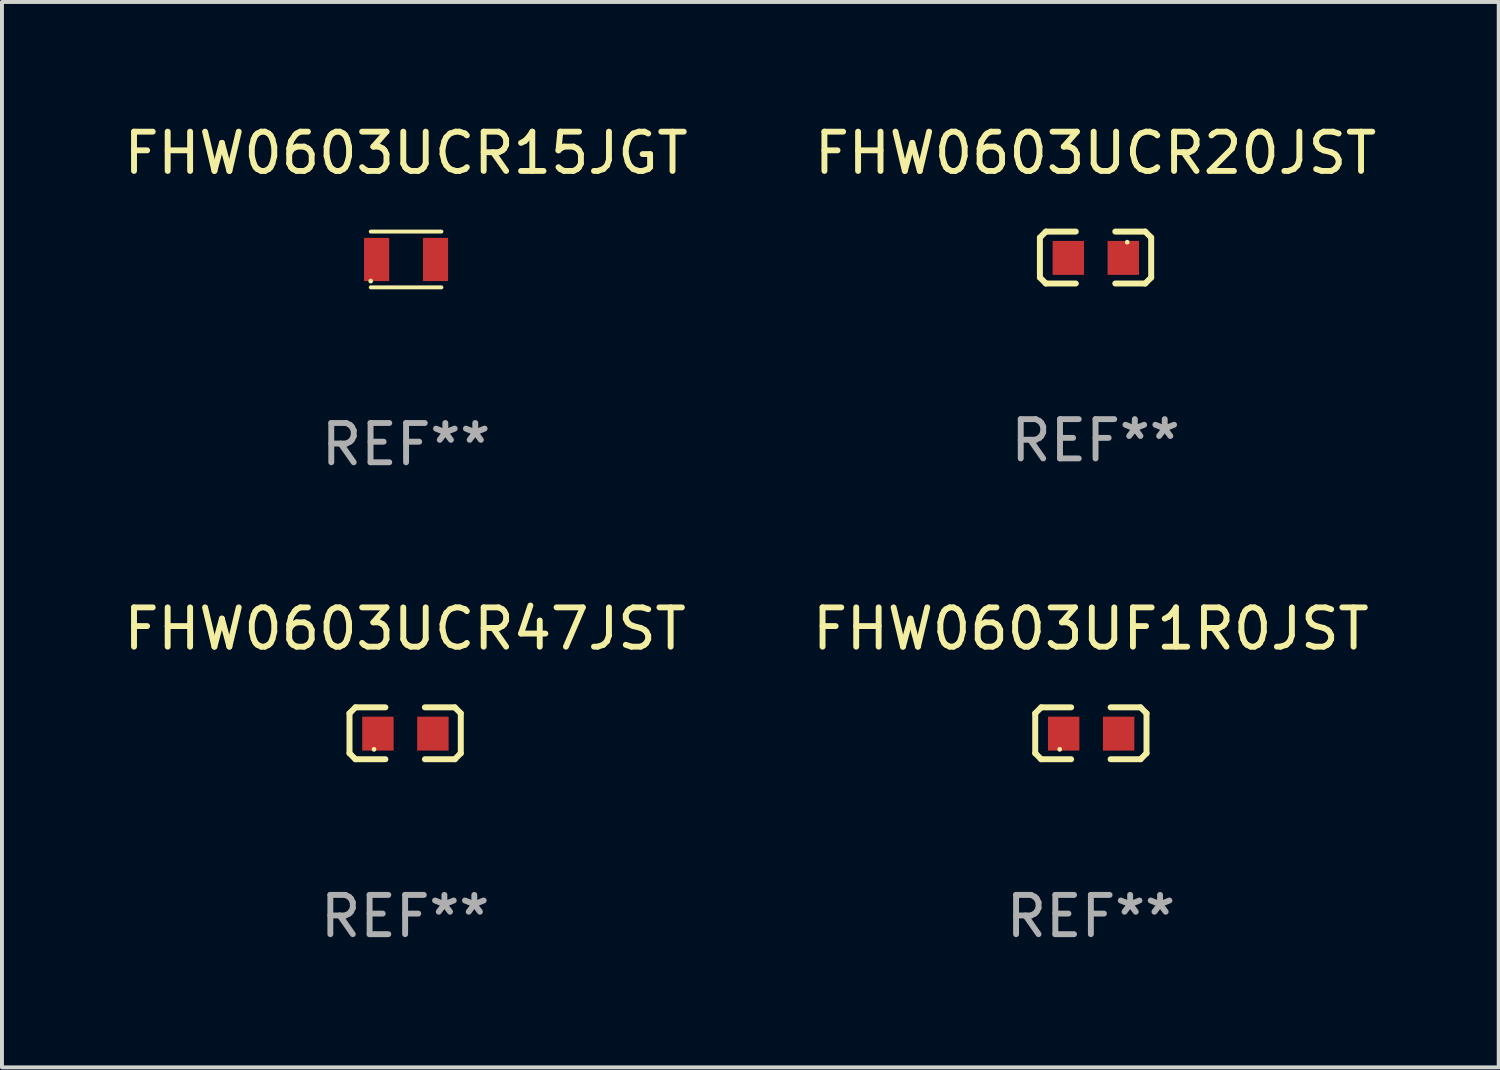
<source format=kicad_pcb>
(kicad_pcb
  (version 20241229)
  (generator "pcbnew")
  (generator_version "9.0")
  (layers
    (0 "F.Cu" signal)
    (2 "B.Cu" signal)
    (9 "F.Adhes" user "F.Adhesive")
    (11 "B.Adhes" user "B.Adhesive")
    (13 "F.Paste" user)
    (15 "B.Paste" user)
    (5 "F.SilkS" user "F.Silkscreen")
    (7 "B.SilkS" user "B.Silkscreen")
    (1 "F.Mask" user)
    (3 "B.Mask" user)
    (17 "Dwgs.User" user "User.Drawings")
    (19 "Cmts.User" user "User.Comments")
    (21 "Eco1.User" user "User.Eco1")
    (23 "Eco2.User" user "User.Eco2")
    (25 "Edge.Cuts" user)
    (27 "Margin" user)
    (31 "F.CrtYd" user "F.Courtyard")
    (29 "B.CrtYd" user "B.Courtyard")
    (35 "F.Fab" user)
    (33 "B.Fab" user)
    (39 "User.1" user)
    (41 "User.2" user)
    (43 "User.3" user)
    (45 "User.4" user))
  (footprint "FHW0603UF1R0JST"
    (layer "F.Cu")
    (at 24.732 15.625)
    (property "Reference" "FHW0603UF1R0JST" (at 0 -2.661 0) (layer "F.SilkS") (effects (font (size 1 1) (thickness 0.15))))
    (attr through_hole)
    (fp_line (start -1.417 -0.508) (end -1.265 -0.661) (stroke (width 0.152) (type solid)) (layer "F.SilkS"))
    (fp_line (start -1.417 0.508) (end -1.417 -0.508) (stroke (width 0.152) (type solid)) (layer "F.SilkS"))
    (fp_line (start -1.265 -0.661) (end -0.503 -0.661) (stroke (width 0.152) (type solid)) (layer "F.SilkS"))
    (fp_line (start -1.265 0.661) (end -1.417 0.508) (stroke (width 0.152) (type solid)) (layer "F.SilkS"))
    (fp_line (start -1.265 0.661) (end -0.503 0.661) (stroke (width 0.152) (type solid)) (layer "F.SilkS"))
    (fp_line (start 1.265 -0.661) (end 0.503 -0.661) (stroke (width 0.152) (type solid)) (layer "F.SilkS"))
    (fp_line (start 1.265 -0.661) (end 1.417 -0.508) (stroke (width 0.152) (type solid)) (layer "F.SilkS"))
    (fp_line (start 1.265 0.661) (end 0.503 0.661) (stroke (width 0.152) (type solid)) (layer "F.SilkS"))
    (fp_line (start 1.417 -0.508) (end 1.417 0.508) (stroke (width 0.152) (type solid)) (layer "F.SilkS"))
    (fp_line (start 1.417 0.508) (end 1.265 0.661) (stroke (width 0.152) (type solid)) (layer "F.SilkS"))
    (fp_circle (center -0.793 0.409) (end -0.763 0.409) (stroke (width 0.06) (type solid)) (fill no) (layer "F.SilkS"))
    (fp_text user "REF**" (at 0 4.661 0) (layer "F.Fab") (effects (font (size 1 1) (thickness 0.15))))
    (pad "1" smd rect (at -0.693 0.009 180) (size 0.8 0.864) (layers "F.Cu" "F.Mask" "F.Paste"))
    (pad "2" smd rect (at 0.707 0.009 180) (size 0.8 0.864) (layers "F.Cu" "F.Mask" "F.Paste")))
  (footprint "FHW0603UCR15JGT"
    (layer "F.Cu")
    (at 7.292 3.558)
    (property "Reference" "FHW0603UCR15JGT" (at 0 -2.71 0) (layer "F.SilkS") (effects (font (size 1 1) (thickness 0.15))))
    (attr through_hole)
    (fp_line (start -0.9 -0.71) (end 0.9 -0.71) (stroke (width 0.1) (type solid)) (layer "F.SilkS"))
    (fp_line (start 0.9 0.71) (end -0.9 0.71) (stroke (width 0.1) (type solid)) (layer "F.SilkS"))
    (fp_circle (center -0.9 0.55) (end -0.87 0.55) (stroke (width 0.06) (type solid)) (fill no) (layer "F.SilkS"))
    (fp_text user "REF**" (at 0 4.71 0) (layer "F.Fab") (effects (font (size 1 1) (thickness 0.15))))
    (pad "1" smd rect (at -0.75 0) (size 0.64 1.1) (layers "F.Cu" "F.Mask" "F.Paste"))
    (pad "2" smd rect (at 0.75 0) (size 0.64 1.1) (layers "F.Cu" "F.Mask" "F.Paste")))
  (footprint "FHW0603UCR47JST"
    (layer "F.Cu")
    (at 7.268 15.625)
    (property "Reference" "FHW0603UCR47JST" (at 0 -2.661 0) (layer "F.SilkS") (effects (font (size 1 1) (thickness 0.15))))
    (attr through_hole)
    (fp_line (start -1.417 -0.508) (end -1.265 -0.661) (stroke (width 0.152) (type solid)) (layer "F.SilkS"))
    (fp_line (start -1.417 0.508) (end -1.417 -0.508) (stroke (width 0.152) (type solid)) (layer "F.SilkS"))
    (fp_line (start -1.265 -0.661) (end -0.503 -0.661) (stroke (width 0.152) (type solid)) (layer "F.SilkS"))
    (fp_line (start -1.265 0.661) (end -1.417 0.508) (stroke (width 0.152) (type solid)) (layer "F.SilkS"))
    (fp_line (start -1.265 0.661) (end -0.503 0.661) (stroke (width 0.152) (type solid)) (layer "F.SilkS"))
    (fp_line (start 1.265 -0.661) (end 0.503 -0.661) (stroke (width 0.152) (type solid)) (layer "F.SilkS"))
    (fp_line (start 1.265 -0.661) (end 1.417 -0.508) (stroke (width 0.152) (type solid)) (layer "F.SilkS"))
    (fp_line (start 1.265 0.661) (end 0.503 0.661) (stroke (width 0.152) (type solid)) (layer "F.SilkS"))
    (fp_line (start 1.417 -0.508) (end 1.417 0.508) (stroke (width 0.152) (type solid)) (layer "F.SilkS"))
    (fp_line (start 1.417 0.508) (end 1.265 0.661) (stroke (width 0.152) (type solid)) (layer "F.SilkS"))
    (fp_circle (center -0.793 0.409) (end -0.763 0.409) (stroke (width 0.06) (type solid)) (fill no) (layer "F.SilkS"))
    (fp_text user "REF**" (at 0 4.661 0) (layer "F.Fab") (effects (font (size 1 1) (thickness 0.15))))
    (pad "1" smd rect (at -0.693 0.009 180) (size 0.8 0.864) (layers "F.Cu" "F.Mask" "F.Paste"))
    (pad "2" smd rect (at 0.707 0.009 180) (size 0.8 0.864) (layers "F.Cu" "F.Mask" "F.Paste")))
  (footprint "FHW0603UCR20JST"
    (layer "F.Cu")
    (at 24.851 3.509)
    (property "Reference" "FHW0603UCR20JST" (at 0 -2.661 0) (layer "F.SilkS") (effects (font (size 1 1) (thickness 0.15))))
    (attr through_hole)
    (fp_line (start -1.417 -0.508) (end -1.265 -0.661) (stroke (width 0.152) (type solid)) (layer "F.SilkS"))
    (fp_line (start -1.417 0.508) (end -1.417 -0.508) (stroke (width 0.152) (type solid)) (layer "F.SilkS"))
    (fp_line (start -1.265 -0.661) (end -0.503 -0.661) (stroke (width 0.152) (type solid)) (layer "F.SilkS"))
    (fp_line (start -1.265 0.661) (end -1.417 0.508) (stroke (width 0.152) (type solid)) (layer "F.SilkS"))
    (fp_line (start -1.265 0.661) (end -0.503 0.661) (stroke (width 0.152) (type solid)) (layer "F.SilkS"))
    (fp_line (start 1.265 -0.661) (end 0.503 -0.661) (stroke (width 0.152) (type solid)) (layer "F.SilkS"))
    (fp_line (start 1.265 -0.661) (end 1.417 -0.508) (stroke (width 0.152) (type solid)) (layer "F.SilkS"))
    (fp_line (start 1.265 0.661) (end 0.503 0.661) (stroke (width 0.152) (type solid)) (layer "F.SilkS"))
    (fp_line (start 1.417 -0.508) (end 1.417 0.508) (stroke (width 0.152) (type solid)) (layer "F.SilkS"))
    (fp_line (start 1.417 0.508) (end 1.265 0.661) (stroke (width 0.152) (type solid)) (layer "F.SilkS"))
    (fp_circle (center 0.807 -0.391) (end 0.837 -0.391) (stroke (width 0.06) (type solid)) (fill no) (layer "F.SilkS"))
    (fp_text user "REF**" (at 0 4.661 0) (layer "F.Fab") (effects (font (size 1 1) (thickness 0.15))))
    (pad "1" smd rect (at 0.707 0.009 180) (size 0.8 0.864) (layers "F.Cu" "F.Mask" "F.Paste"))
    (pad "2" smd rect (at -0.693 0.009 180) (size 0.8 0.864) (layers "F.Cu" "F.Mask" "F.Paste")))
  (gr_rect
    (start -3 -3)
    (end 35.119 24.134)
    (stroke (width 0.1) (type default))
    (fill no)
    (layer "Edge.Cuts")))
</source>
